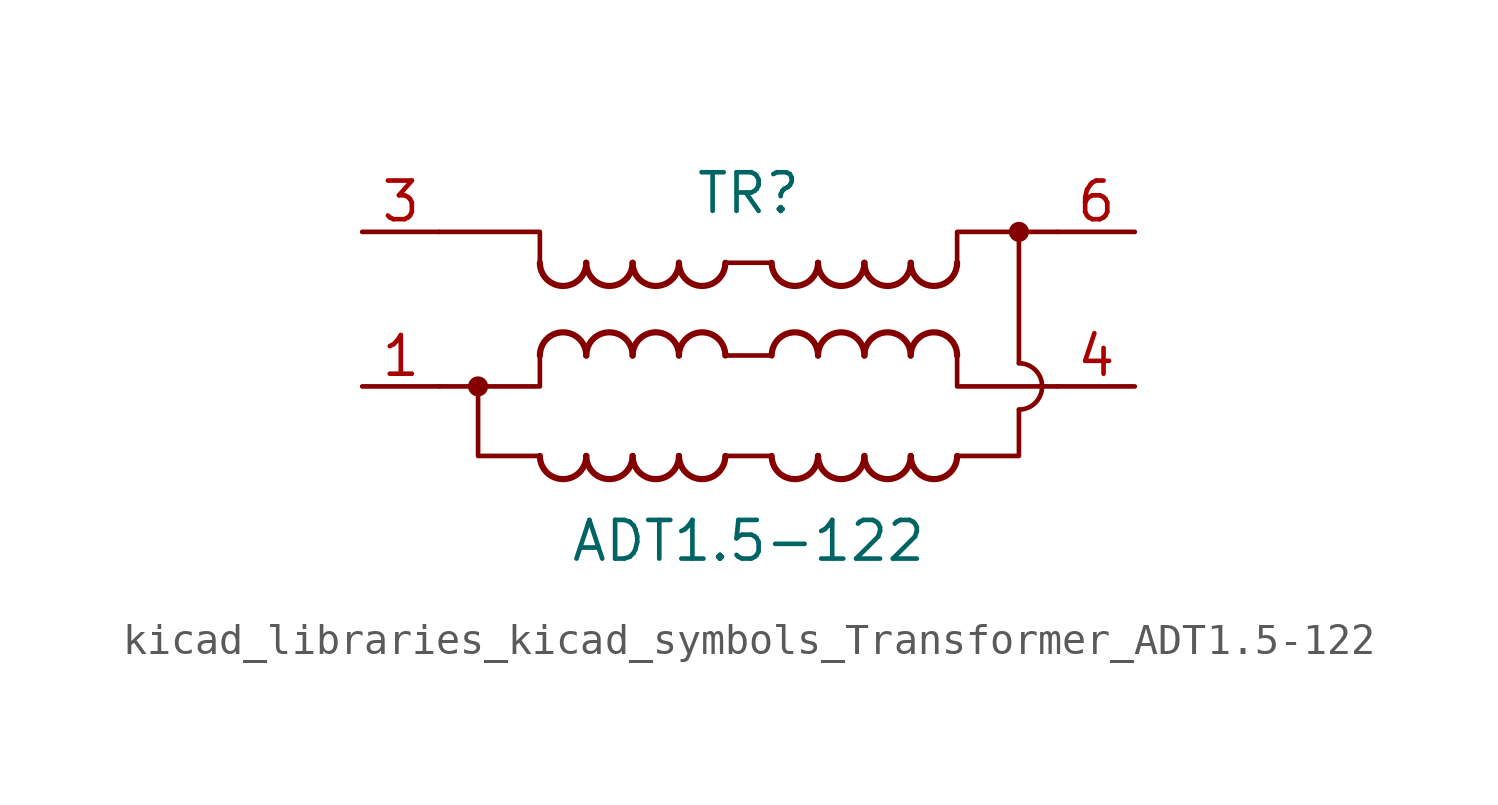
<source format=kicad_sym>
(kicad_symbol_lib
  (version 20220914)
  (generator kicad_symbol_editor)
  (symbol "kicad_libraries_kicad_symbols_Transformer_ADT1.5-122"
    (pin_names hide)
    (property "Reference" "TR"
      (at 0 3.81 0)
      (effects (font (size 1.27 1.27))))
    (property "Value" "ADT1.5-122"
      (at 0 -7.62 0)
      (effects (font (size 1.27 1.27))))
    (symbol "kicad_libraries_kicad_symbols_Transformer_ADT1.5-122_0_1"
      (circle (center -8.89 -2.54) (radius 0.254) (stroke (width 0) (type default)) (fill (type outline)))
      (arc (start -6.858 -4.826) (mid -6.096 -5.5847) (end -5.334 -4.826) (stroke (width 0.2032) (type default)) (fill (type none)))
      (arc (start -6.858 1.524) (mid -6.096 0.7653) (end -5.334 1.524) (stroke (width 0.2032) (type default)) (fill (type none)))
      (arc (start -5.334 -4.826) (mid -4.572 -5.5847) (end -3.81 -4.826) (stroke (width 0.2032) (type default)) (fill (type none)))
      (arc (start -5.334 -1.524) (mid -6.096 -0.7653) (end -6.858 -1.524) (stroke (width 0.2032) (type default)) (fill (type none)))
      (arc (start -5.334 1.524) (mid -4.572 0.7653) (end -3.81 1.524) (stroke (width 0.2032) (type default)) (fill (type none)))
      (arc (start -3.81 -4.826) (mid -3.048 -5.5847) (end -2.286 -4.826) (stroke (width 0.2032) (type default)) (fill (type none)))
      (arc (start -3.81 -1.524) (mid -4.572 -0.7653) (end -5.334 -1.524) (stroke (width 0.2032) (type default)) (fill (type none)))
      (arc (start -3.81 1.524) (mid -3.048 0.7653) (end -2.286 1.524) (stroke (width 0.2032) (type default)) (fill (type none)))
      (arc (start -2.286 -4.826) (mid -1.524 -5.5847) (end -0.762 -4.826) (stroke (width 0.2032) (type default)) (fill (type none)))
      (arc (start -2.286 -1.524) (mid -3.048 -0.7653) (end -3.81 -1.524) (stroke (width 0.2032) (type default)) (fill (type none)))
      (arc (start -2.286 1.524) (mid -1.524 0.7653) (end -0.762 1.524) (stroke (width 0.2032) (type default)) (fill (type none)))
      (arc (start -0.762 -1.524) (mid -1.524 -0.7653) (end -2.286 -1.524) (stroke (width 0.2032) (type default)) (fill (type none)))
      (polyline (pts (xy -0.762 -1.524) (xy 0.762 -1.524)) (stroke (width 0) (type default)) (fill (type none)))
      (polyline (pts (xy -0.762 1.524) (xy 0.762 1.524)) (stroke (width 0) (type default)) (fill (type none)))
      (polyline (pts (xy 0.762 -4.826) (xy -0.762 -4.826)) (stroke (width 0) (type default)) (fill (type none)))
      (polyline (pts (xy 8.89 -1.778) (xy 8.89 2.54)) (stroke (width 0) (type default)) (fill (type none)))
      (polyline (pts (xy -6.858 -4.826) (xy -8.89 -4.826) (xy -8.89 -2.54)) (stroke (width 0) (type default)) (fill (type none)))
      (polyline (pts (xy -6.858 -1.524) (xy -6.858 -2.54) (xy -10.16 -2.54)) (stroke (width 0) (type default)) (fill (type none)))
      (polyline (pts (xy -6.858 1.524) (xy -6.858 2.54) (xy -10.16 2.54)) (stroke (width 0) (type default)) (fill (type none)))
      (polyline (pts (xy 6.858 -4.826) (xy 8.89 -4.826) (xy 8.89 -3.302)) (stroke (width 0) (type default)) (fill (type none)))
      (polyline (pts (xy 6.858 -1.524) (xy 6.858 -2.54) (xy 10.16 -2.54)) (stroke (width 0) (type default)) (fill (type none)))
      (polyline (pts (xy 6.858 1.524) (xy 6.858 2.54) (xy 10.16 2.54)) (stroke (width 0) (type default)) (fill (type none)))
      (arc (start 0.762 -4.826) (mid 1.524 -5.5847) (end 2.286 -4.826) (stroke (width 0.2032) (type default)) (fill (type none)))
      (arc (start 0.762 1.524) (mid 1.524 0.7653) (end 2.286 1.524) (stroke (width 0.2032) (type default)) (fill (type none)))
      (arc (start 2.286 -4.826) (mid 3.048 -5.5847) (end 3.81 -4.826) (stroke (width 0.2032) (type default)) (fill (type none)))
      (arc (start 2.286 -1.524) (mid 1.524 -0.7653) (end 0.762 -1.524) (stroke (width 0.2032) (type default)) (fill (type none)))
      (arc (start 2.286 1.524) (mid 3.048 0.7653) (end 3.81 1.524) (stroke (width 0.2032) (type default)) (fill (type none)))
      (arc (start 3.81 -4.826) (mid 4.572 -5.5847) (end 5.334 -4.826) (stroke (width 0.2032) (type default)) (fill (type none)))
      (arc (start 3.81 -1.524) (mid 3.048 -0.7653) (end 2.286 -1.524) (stroke (width 0.2032) (type default)) (fill (type none)))
      (arc (start 3.81 1.524) (mid 4.572 0.7653) (end 5.334 1.524) (stroke (width 0.2032) (type default)) (fill (type none)))
      (arc (start 5.334 -4.826) (mid 6.096 -5.5847) (end 6.858 -4.826) (stroke (width 0.2032) (type default)) (fill (type none)))
      (arc (start 5.334 -1.524) (mid 4.572 -0.7653) (end 3.81 -1.524) (stroke (width 0.2032) (type default)) (fill (type none)))
      (arc (start 5.334 1.524) (mid 6.096 0.7653) (end 6.858 1.524) (stroke (width 0.2032) (type default)) (fill (type none)))
      (arc (start 6.858 -1.524) (mid 6.096 -0.7653) (end 5.334 -1.524) (stroke (width 0.2032) (type default)) (fill (type none)))
      (arc (start 8.89 -3.302) (mid 9.6487 -2.54) (end 8.89 -1.778) (stroke (width 0) (type default)) (fill (type none)))
      (circle (center 8.89 2.54) (radius 0.254) (stroke (width 0) (type default)) (fill (type outline))))
    (symbol "kicad_libraries_kicad_symbols_Transformer_ADT1.5-122_1_1"
      (pin passive line (at -12.7 -2.54 0) (length 2.54) (name "~" (effects (font (size 1.27 1.27)))) (number "1" (effects (font (size 1.27 1.27)))))
      (pin passive line (at -12.7 -2.54 0) (length 2.54) hide (name "~" (effects (font (size 1.27 1.27)))) (number "2" (effects (font (size 1.27 1.27)))))
      (pin passive line (at -12.7 2.54 0) (length 2.54) (name "~" (effects (font (size 1.27 1.27)))) (number "3" (effects (font (size 1.27 1.27)))))
      (pin passive line (at 12.7 -2.54 180) (length 2.54) (name "~" (effects (font (size 1.27 1.27)))) (number "4" (effects (font (size 1.27 1.27)))))
      (pin passive line (at 12.7 2.54 180) (length 2.54) (name "~" (effects (font (size 1.27 1.27)))) (number "6" (effects (font (size 1.27 1.27))))))))
</source>
